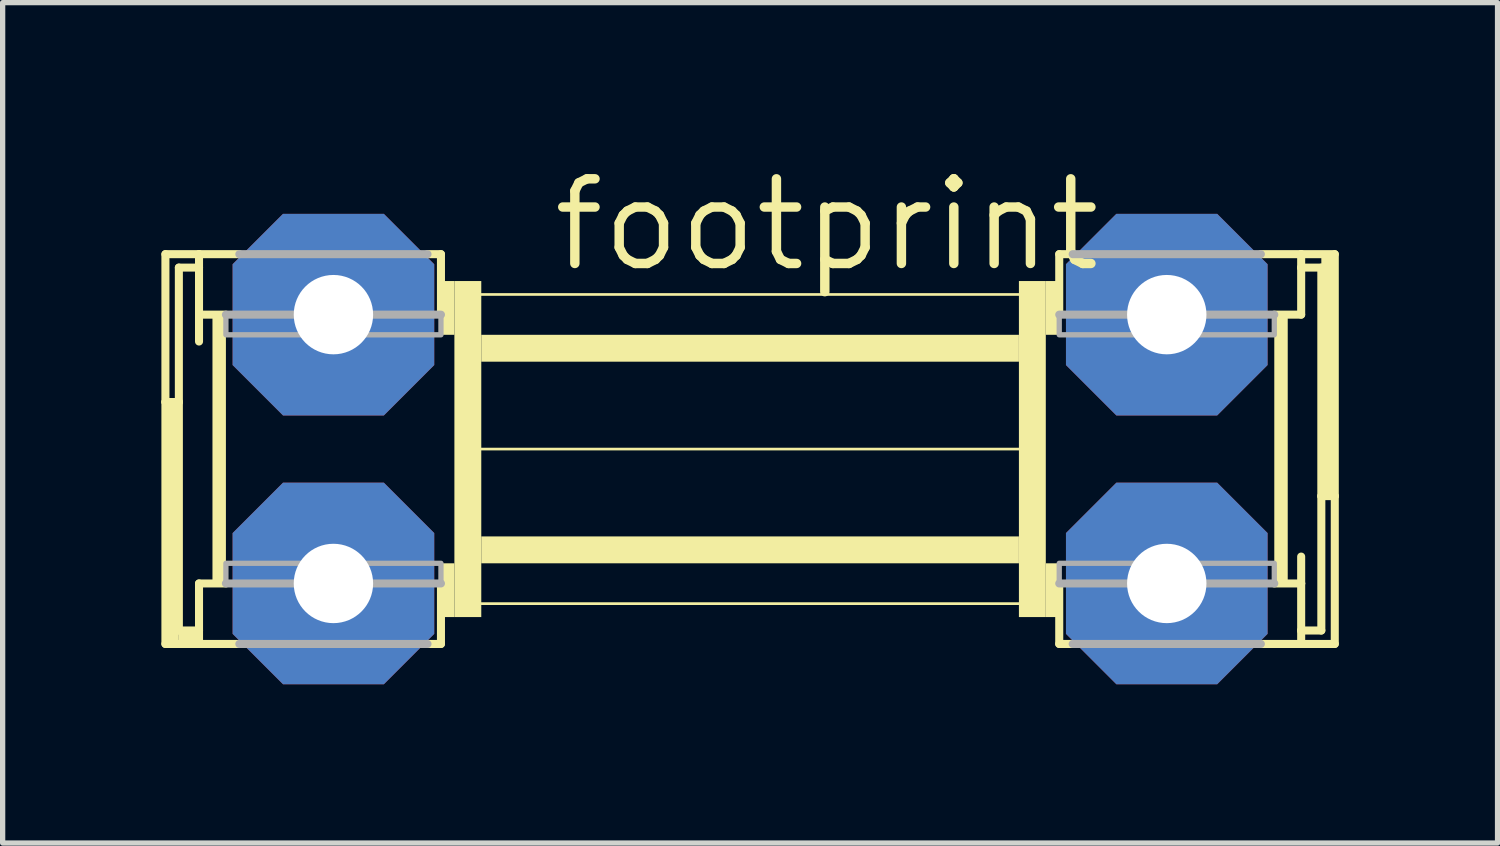
<source format=kicad_pcb>
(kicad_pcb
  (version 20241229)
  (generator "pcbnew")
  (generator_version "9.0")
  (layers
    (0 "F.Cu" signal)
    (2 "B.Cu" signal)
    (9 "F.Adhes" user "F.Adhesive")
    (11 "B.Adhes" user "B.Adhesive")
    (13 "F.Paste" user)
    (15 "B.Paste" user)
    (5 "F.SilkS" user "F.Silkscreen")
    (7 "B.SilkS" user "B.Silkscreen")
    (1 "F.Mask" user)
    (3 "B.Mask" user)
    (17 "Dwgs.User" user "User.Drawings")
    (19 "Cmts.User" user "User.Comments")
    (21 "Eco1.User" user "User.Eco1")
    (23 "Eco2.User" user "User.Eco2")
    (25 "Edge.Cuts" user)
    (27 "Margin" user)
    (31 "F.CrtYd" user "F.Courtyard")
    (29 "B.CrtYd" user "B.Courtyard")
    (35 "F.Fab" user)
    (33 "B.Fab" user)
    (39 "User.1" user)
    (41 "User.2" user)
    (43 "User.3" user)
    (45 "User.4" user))
  (footprint "footprint"
    (layer "F.Cu")
    (at 11.125 5.436)
    (property "Reference" "footprint" (at -3.81 -3.302 0) (layer "F.SilkS") (effects (font (size 1.6 1.6) (thickness 0.178)) (justify left bottom)))
    (fp_line (start -11.049 -0.889) (end -11.049 -3.683) (stroke (width 0.152) (type solid)) (layer "F.SilkS"))
    (fp_line (start -11.049 -0.889) (end -10.795 -0.889) (stroke (width 0.152) (type solid)) (layer "F.SilkS"))
    (fp_line (start -11.049 3.683) (end -11.049 -0.889) (stroke (width 0.152) (type solid)) (layer "F.SilkS"))
    (fp_line (start -10.795 -3.429) (end -10.795 -0.889) (stroke (width 0.152) (type solid)) (layer "F.SilkS"))
    (fp_line (start -10.795 -3.429) (end -10.414 -3.429) (stroke (width 0.152) (type solid)) (layer "F.SilkS"))
    (fp_line (start -10.795 -0.889) (end -10.795 3.429) (stroke (width 0.152) (type solid)) (layer "F.SilkS"))
    (fp_line (start -10.795 3.429) (end -10.414 3.429) (stroke (width 0.152) (type solid)) (layer "F.SilkS"))
    (fp_line (start -10.414 -3.683) (end -11.049 -3.683) (stroke (width 0.152) (type solid)) (layer "F.SilkS"))
    (fp_line (start -10.414 -3.683) (end -10.414 -3.429) (stroke (width 0.152) (type solid)) (layer "F.SilkS"))
    (fp_line (start -10.414 -3.683) (end -9.652 -3.683) (stroke (width 0.152) (type solid)) (layer "F.SilkS"))
    (fp_line (start -10.414 -3.429) (end -10.414 -2.54) (stroke (width 0.152) (type solid)) (layer "F.SilkS"))
    (fp_line (start -10.414 -2.54) (end -10.414 -2.032) (stroke (width 0.152) (type solid)) (layer "F.SilkS"))
    (fp_line (start -10.414 -2.54) (end -9.906 -2.54) (stroke (width 0.152) (type solid)) (layer "F.SilkS"))
    (fp_line (start -10.414 3.429) (end -10.414 2.54) (stroke (width 0.152) (type solid)) (layer "F.SilkS"))
    (fp_line (start -10.414 3.683) (end -11.049 3.683) (stroke (width 0.152) (type solid)) (layer "F.SilkS"))
    (fp_line (start -10.414 3.683) (end -10.414 3.429) (stroke (width 0.152) (type solid)) (layer "F.SilkS"))
    (fp_line (start -9.906 2.54) (end -10.414 2.54) (stroke (width 0.152) (type solid)) (layer "F.SilkS"))
    (fp_line (start -9.652 3.683) (end -10.414 3.683) (stroke (width 0.152) (type solid)) (layer "F.SilkS"))
    (fp_line (start -6.096 -3.683) (end -5.842 -3.683) (stroke (width 0.152) (type solid)) (layer "F.SilkS"))
    (fp_line (start -6.096 3.683) (end -5.842 3.683) (stroke (width 0.152) (type solid)) (layer "F.SilkS"))
    (fp_line (start -5.842 -2.54) (end -5.842 -3.683) (stroke (width 0.152) (type solid)) (layer "F.SilkS"))
    (fp_line (start -5.842 3.683) (end -5.842 2.54) (stroke (width 0.152) (type solid)) (layer "F.SilkS"))
    (fp_line (start -5.08 -2.921) (end 5.08 -2.921) (stroke (width 0.051) (type solid)) (layer "F.SilkS"))
    (fp_line (start 5.08 0) (end -5.08 0) (stroke (width 0.051) (type solid)) (layer "F.SilkS"))
    (fp_line (start 5.08 2.921) (end -5.08 2.921) (stroke (width 0.051) (type solid)) (layer "F.SilkS"))
    (fp_line (start 5.842 -3.683) (end 5.842 -2.54) (stroke (width 0.152) (type solid)) (layer "F.SilkS"))
    (fp_line (start 5.842 2.54) (end 5.842 3.683) (stroke (width 0.152) (type solid)) (layer "F.SilkS"))
    (fp_line (start 6.096 -3.683) (end 5.842 -3.683) (stroke (width 0.152) (type solid)) (layer "F.SilkS"))
    (fp_line (start 6.096 3.683) (end 5.842 3.683) (stroke (width 0.152) (type solid)) (layer "F.SilkS"))
    (fp_line (start 9.652 -3.683) (end 10.414 -3.683) (stroke (width 0.152) (type solid)) (layer "F.SilkS"))
    (fp_line (start 9.652 3.683) (end 10.414 3.683) (stroke (width 0.152) (type solid)) (layer "F.SilkS"))
    (fp_line (start 9.906 -2.54) (end 10.414 -2.54) (stroke (width 0.152) (type solid)) (layer "F.SilkS"))
    (fp_line (start 9.906 2.54) (end 10.414 2.54) (stroke (width 0.152) (type solid)) (layer "F.SilkS"))
    (fp_line (start 10.414 -3.683) (end 10.414 -3.429) (stroke (width 0.152) (type solid)) (layer "F.SilkS"))
    (fp_line (start 10.414 -3.683) (end 11.049 -3.683) (stroke (width 0.152) (type solid)) (layer "F.SilkS"))
    (fp_line (start 10.414 -3.429) (end 10.414 -2.54) (stroke (width 0.152) (type solid)) (layer "F.SilkS"))
    (fp_line (start 10.414 2.54) (end 10.414 2.032) (stroke (width 0.152) (type solid)) (layer "F.SilkS"))
    (fp_line (start 10.414 3.429) (end 10.414 2.54) (stroke (width 0.152) (type solid)) (layer "F.SilkS"))
    (fp_line (start 10.414 3.683) (end 10.414 3.429) (stroke (width 0.152) (type solid)) (layer "F.SilkS"))
    (fp_line (start 10.414 3.683) (end 11.049 3.683) (stroke (width 0.152) (type solid)) (layer "F.SilkS"))
    (fp_line (start 10.795 -3.429) (end 10.414 -3.429) (stroke (width 0.152) (type solid)) (layer "F.SilkS"))
    (fp_line (start 10.795 0.889) (end 10.795 -3.429) (stroke (width 0.152) (type solid)) (layer "F.SilkS"))
    (fp_line (start 10.795 0.889) (end 11.049 0.889) (stroke (width 0.152) (type solid)) (layer "F.SilkS"))
    (fp_line (start 10.795 3.429) (end 10.414 3.429) (stroke (width 0.152) (type solid)) (layer "F.SilkS"))
    (fp_line (start 10.795 3.429) (end 10.795 0.889) (stroke (width 0.152) (type solid)) (layer "F.SilkS"))
    (fp_line (start 11.049 -3.683) (end 11.049 0.889) (stroke (width 0.152) (type solid)) (layer "F.SilkS"))
    (fp_line (start 11.049 0.889) (end 11.049 3.683) (stroke (width 0.152) (type solid)) (layer "F.SilkS"))
    (fp_poly (pts (xy -11.049 3.683) (xy -10.795 3.683) (xy -10.795 -0.889) (xy -11.049 -0.889)) (stroke (width 0) (type solid)) (fill yes) (layer "F.SilkS"))
    (fp_poly (pts (xy -10.795 3.683) (xy -10.414 3.683) (xy -10.414 3.429) (xy -10.795 3.429)) (stroke (width 0) (type solid)) (fill yes) (layer "F.SilkS"))
    (fp_poly (pts (xy -10.16 2.54) (xy -9.906 2.54) (xy -9.906 -2.54) (xy -10.16 -2.54)) (stroke (width 0) (type solid)) (fill yes) (layer "F.SilkS"))
    (fp_poly (pts (xy -5.842 -2.159) (xy -5.588 -2.159) (xy -5.588 -3.175) (xy -5.842 -3.175)) (stroke (width 0) (type solid)) (fill yes) (layer "F.SilkS"))
    (fp_poly (pts (xy -5.842 3.175) (xy -5.588 3.175) (xy -5.588 2.159) (xy -5.842 2.159)) (stroke (width 0) (type solid)) (fill yes) (layer "F.SilkS"))
    (fp_poly (pts (xy -5.588 3.175) (xy -5.08 3.175) (xy -5.08 -3.175) (xy -5.588 -3.175)) (stroke (width 0) (type solid)) (fill yes) (layer "F.SilkS"))
    (fp_poly (pts (xy -5.08 -1.651) (xy 5.08 -1.651) (xy 5.08 -2.159) (xy -5.08 -2.159)) (stroke (width 0) (type solid)) (fill yes) (layer "F.SilkS"))
    (fp_poly (pts (xy -5.08 2.159) (xy 5.08 2.159) (xy 5.08 1.651) (xy -5.08 1.651)) (stroke (width 0) (type solid)) (fill yes) (layer "F.SilkS"))
    (fp_poly (pts (xy 5.08 3.175) (xy 5.588 3.175) (xy 5.588 -3.175) (xy 5.08 -3.175)) (stroke (width 0) (type solid)) (fill yes) (layer "F.SilkS"))
    (fp_poly (pts (xy 5.588 -2.159) (xy 5.842 -2.159) (xy 5.842 -3.175) (xy 5.588 -3.175)) (stroke (width 0) (type solid)) (fill yes) (layer "F.SilkS"))
    (fp_poly (pts (xy 5.588 3.175) (xy 5.842 3.175) (xy 5.842 2.159) (xy 5.588 2.159)) (stroke (width 0) (type solid)) (fill yes) (layer "F.SilkS"))
    (fp_poly (pts (xy 9.906 2.54) (xy 10.16 2.54) (xy 10.16 -2.54) (xy 9.906 -2.54)) (stroke (width 0) (type solid)) (fill yes) (layer "F.SilkS"))
    (fp_poly (pts (xy 10.795 0.889) (xy 11.049 0.889) (xy 11.049 -3.683) (xy 10.795 -3.683)) (stroke (width 0) (type solid)) (fill yes) (layer "F.SilkS"))
    (fp_line (start -9.906 -2.54) (end -5.842 -2.54) (stroke (width 0.152) (type solid)) (layer "F.Fab"))
    (fp_line (start -9.906 2.54) (end -5.842 2.54) (stroke (width 0.152) (type solid)) (layer "F.Fab"))
    (fp_line (start -9.652 -3.683) (end -6.096 -3.683) (stroke (width 0.152) (type solid)) (layer "F.Fab"))
    (fp_line (start -6.096 3.683) (end -9.652 3.683) (stroke (width 0.152) (type solid)) (layer "F.Fab"))
    (fp_line (start 6.096 -3.683) (end 9.652 -3.683) (stroke (width 0.152) (type solid)) (layer "F.Fab"))
    (fp_line (start 9.652 3.683) (end 6.096 3.683) (stroke (width 0.152) (type solid)) (layer "F.Fab"))
    (fp_line (start 9.906 -2.54) (end 5.842 -2.54) (stroke (width 0.152) (type solid)) (layer "F.Fab"))
    (fp_line (start 9.906 2.54) (end 5.842 2.54) (stroke (width 0.152) (type solid)) (layer "F.Fab"))
    (fp_poly (pts (xy -9.906 -2.159) (xy -5.842 -2.159) (xy -5.842 -2.54) (xy -9.906 -2.54)) (stroke (width 0.1) (type solid)) (fill no) (layer "F.Fab"))
    (fp_poly (pts (xy -9.906 2.54) (xy -5.842 2.54) (xy -5.842 2.159) (xy -9.906 2.159)) (stroke (width 0.1) (type solid)) (fill no) (layer "F.Fab"))
    (fp_poly (pts (xy 5.842 -2.159) (xy 9.906 -2.159) (xy 9.906 -2.54) (xy 5.842 -2.54)) (stroke (width 0.1) (type solid)) (fill no) (layer "F.Fab"))
    (fp_poly (pts (xy 5.842 2.54) (xy 9.906 2.54) (xy 9.906 2.159) (xy 5.842 2.159)) (stroke (width 0.1) (type solid)) (fill no) (layer "F.Fab"))
    (pad "1A" thru_hole roundrect (at -7.874 -2.54) (size 3.81 3.81) (drill 1.5) (layers "*.Cu" "*.Mask") (roundrect_rratio 0.25) (chamfer_ratio 0.25) (chamfer top_left top_right bottom_left bottom_right))
    (pad "1B" thru_hole roundrect (at -7.874 2.54) (size 3.81 3.81) (drill 1.5) (layers "*.Cu" "*.Mask") (roundrect_rratio 0.25) (chamfer_ratio 0.25) (chamfer top_left top_right bottom_left bottom_right))
    (pad "2A" thru_hole roundrect (at 7.874 -2.54) (size 3.81 3.81) (drill 1.5) (layers "*.Cu" "*.Mask") (roundrect_rratio 0.25) (chamfer_ratio 0.25) (chamfer top_left top_right bottom_left bottom_right))
    (pad "2B" thru_hole roundrect (at 7.874 2.54) (size 3.81 3.81) (drill 1.5) (layers "*.Cu" "*.Mask") (roundrect_rratio 0.25) (chamfer_ratio 0.25) (chamfer top_left top_right bottom_left bottom_right)))
  (gr_rect
    (start -3 -3)
    (end 25.25 12.881)
    (stroke (width 0.1) (type default))
    (fill no)
    (layer "Edge.Cuts")))
</source>
